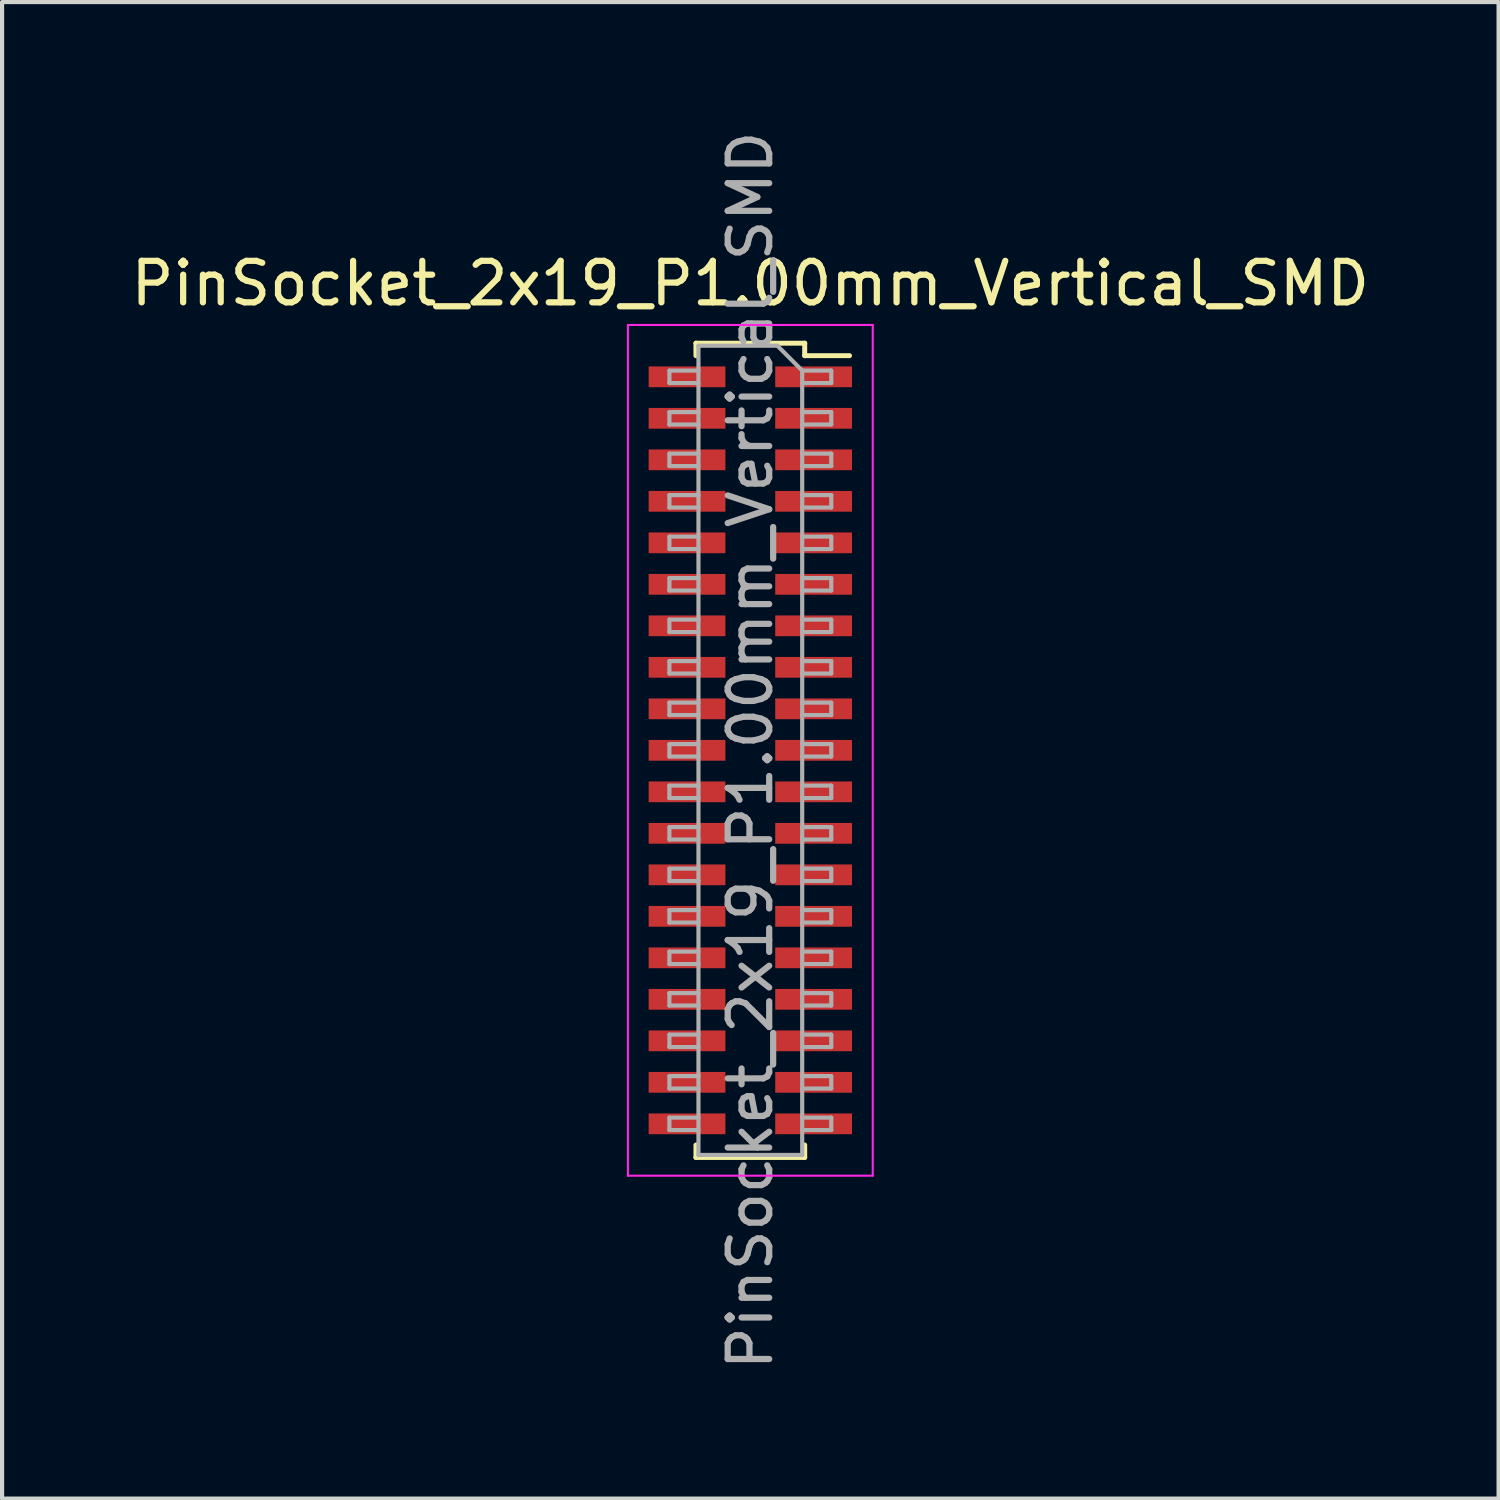
<source format=kicad_pcb>
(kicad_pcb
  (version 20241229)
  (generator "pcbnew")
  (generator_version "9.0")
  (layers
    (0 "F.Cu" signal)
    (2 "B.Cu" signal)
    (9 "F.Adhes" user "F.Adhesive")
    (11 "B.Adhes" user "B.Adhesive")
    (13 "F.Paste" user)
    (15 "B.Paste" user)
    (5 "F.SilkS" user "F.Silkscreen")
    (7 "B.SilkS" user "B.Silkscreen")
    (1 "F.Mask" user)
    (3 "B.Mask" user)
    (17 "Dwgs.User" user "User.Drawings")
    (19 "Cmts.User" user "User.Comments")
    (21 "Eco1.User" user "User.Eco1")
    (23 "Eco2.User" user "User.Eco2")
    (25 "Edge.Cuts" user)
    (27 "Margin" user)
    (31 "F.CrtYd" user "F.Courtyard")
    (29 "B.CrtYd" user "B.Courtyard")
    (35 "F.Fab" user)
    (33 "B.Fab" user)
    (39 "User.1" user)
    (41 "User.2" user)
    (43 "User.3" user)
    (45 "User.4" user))
  (footprint "PinSocket_2x19_P1.00mm_Vertical_SMD"
    (layer "F.Cu")
    (at 15.03 15.03)
    (property "Reference" "PinSocket_2x19_P1.00mm_Vertical_SMD" (at 0 -11.25 0) (layer "F.SilkS") (effects (font (size 1 1) (thickness 0.15))))
    (attr smd)
    (fp_line (start -1.31 -9.81) (end -1.31 -9.51) (stroke (width 0.12) (type solid)) (layer "F.SilkS"))
    (fp_line (start -1.31 -9.81) (end 1.31 -9.81) (stroke (width 0.12) (type solid)) (layer "F.SilkS"))
    (fp_line (start -1.31 9.51) (end -1.31 9.81) (stroke (width 0.12) (type solid)) (layer "F.SilkS"))
    (fp_line (start -1.31 9.81) (end 1.31 9.81) (stroke (width 0.12) (type solid)) (layer "F.SilkS"))
    (fp_line (start 1.31 -9.81) (end 1.31 -9.51) (stroke (width 0.12) (type solid)) (layer "F.SilkS"))
    (fp_line (start 1.31 -9.51) (end 2.39 -9.51) (stroke (width 0.12) (type solid)) (layer "F.SilkS"))
    (fp_line (start 1.31 9.51) (end 1.31 9.81) (stroke (width 0.12) (type solid)) (layer "F.SilkS"))
    (fp_line (start -2.95 -10.25) (end 2.95 -10.25) (stroke (width 0.05) (type solid)) (layer "F.CrtYd"))
    (fp_line (start -2.95 10.25) (end -2.95 -10.25) (stroke (width 0.05) (type solid)) (layer "F.CrtYd"))
    (fp_line (start 2.95 -10.25) (end 2.95 10.25) (stroke (width 0.05) (type solid)) (layer "F.CrtYd"))
    (fp_line (start 2.95 10.25) (end -2.95 10.25) (stroke (width 0.05) (type solid)) (layer "F.CrtYd"))
    (fp_line (start -1.95 -9.15) (end -1.25 -9.15) (stroke (width 0.1) (type solid)) (layer "F.Fab"))
    (fp_line (start -1.95 -8.85) (end -1.95 -9.15) (stroke (width 0.1) (type solid)) (layer "F.Fab"))
    (fp_line (start -1.95 -8.15) (end -1.25 -8.15) (stroke (width 0.1) (type solid)) (layer "F.Fab"))
    (fp_line (start -1.95 -7.85) (end -1.95 -8.15) (stroke (width 0.1) (type solid)) (layer "F.Fab"))
    (fp_line (start -1.95 -7.15) (end -1.25 -7.15) (stroke (width 0.1) (type solid)) (layer "F.Fab"))
    (fp_line (start -1.95 -6.85) (end -1.95 -7.15) (stroke (width 0.1) (type solid)) (layer "F.Fab"))
    (fp_line (start -1.95 -6.15) (end -1.25 -6.15) (stroke (width 0.1) (type solid)) (layer "F.Fab"))
    (fp_line (start -1.95 -5.85) (end -1.95 -6.15) (stroke (width 0.1) (type solid)) (layer "F.Fab"))
    (fp_line (start -1.95 -5.15) (end -1.25 -5.15) (stroke (width 0.1) (type solid)) (layer "F.Fab"))
    (fp_line (start -1.95 -4.85) (end -1.95 -5.15) (stroke (width 0.1) (type solid)) (layer "F.Fab"))
    (fp_line (start -1.95 -4.15) (end -1.25 -4.15) (stroke (width 0.1) (type solid)) (layer "F.Fab"))
    (fp_line (start -1.95 -3.85) (end -1.95 -4.15) (stroke (width 0.1) (type solid)) (layer "F.Fab"))
    (fp_line (start -1.95 -3.15) (end -1.25 -3.15) (stroke (width 0.1) (type solid)) (layer "F.Fab"))
    (fp_line (start -1.95 -2.85) (end -1.95 -3.15) (stroke (width 0.1) (type solid)) (layer "F.Fab"))
    (fp_line (start -1.95 -2.15) (end -1.25 -2.15) (stroke (width 0.1) (type solid)) (layer "F.Fab"))
    (fp_line (start -1.95 -1.85) (end -1.95 -2.15) (stroke (width 0.1) (type solid)) (layer "F.Fab"))
    (fp_line (start -1.95 -1.15) (end -1.25 -1.15) (stroke (width 0.1) (type solid)) (layer "F.Fab"))
    (fp_line (start -1.95 -0.85) (end -1.95 -1.15) (stroke (width 0.1) (type solid)) (layer "F.Fab"))
    (fp_line (start -1.95 -0.15) (end -1.25 -0.15) (stroke (width 0.1) (type solid)) (layer "F.Fab"))
    (fp_line (start -1.95 0.15) (end -1.95 -0.15) (stroke (width 0.1) (type solid)) (layer "F.Fab"))
    (fp_line (start -1.95 0.85) (end -1.25 0.85) (stroke (width 0.1) (type solid)) (layer "F.Fab"))
    (fp_line (start -1.95 1.15) (end -1.95 0.85) (stroke (width 0.1) (type solid)) (layer "F.Fab"))
    (fp_line (start -1.95 1.85) (end -1.25 1.85) (stroke (width 0.1) (type solid)) (layer "F.Fab"))
    (fp_line (start -1.95 2.15) (end -1.95 1.85) (stroke (width 0.1) (type solid)) (layer "F.Fab"))
    (fp_line (start -1.95 2.85) (end -1.25 2.85) (stroke (width 0.1) (type solid)) (layer "F.Fab"))
    (fp_line (start -1.95 3.15) (end -1.95 2.85) (stroke (width 0.1) (type solid)) (layer "F.Fab"))
    (fp_line (start -1.95 3.85) (end -1.25 3.85) (stroke (width 0.1) (type solid)) (layer "F.Fab"))
    (fp_line (start -1.95 4.15) (end -1.95 3.85) (stroke (width 0.1) (type solid)) (layer "F.Fab"))
    (fp_line (start -1.95 4.85) (end -1.25 4.85) (stroke (width 0.1) (type solid)) (layer "F.Fab"))
    (fp_line (start -1.95 5.15) (end -1.95 4.85) (stroke (width 0.1) (type solid)) (layer "F.Fab"))
    (fp_line (start -1.95 5.85) (end -1.25 5.85) (stroke (width 0.1) (type solid)) (layer "F.Fab"))
    (fp_line (start -1.95 6.15) (end -1.95 5.85) (stroke (width 0.1) (type solid)) (layer "F.Fab"))
    (fp_line (start -1.95 6.85) (end -1.25 6.85) (stroke (width 0.1) (type solid)) (layer "F.Fab"))
    (fp_line (start -1.95 7.15) (end -1.95 6.85) (stroke (width 0.1) (type solid)) (layer "F.Fab"))
    (fp_line (start -1.95 7.85) (end -1.25 7.85) (stroke (width 0.1) (type solid)) (layer "F.Fab"))
    (fp_line (start -1.95 8.15) (end -1.95 7.85) (stroke (width 0.1) (type solid)) (layer "F.Fab"))
    (fp_line (start -1.95 8.85) (end -1.25 8.85) (stroke (width 0.1) (type solid)) (layer "F.Fab"))
    (fp_line (start -1.95 9.15) (end -1.95 8.85) (stroke (width 0.1) (type solid)) (layer "F.Fab"))
    (fp_line (start -1.25 -9.75) (end 0.65 -9.75) (stroke (width 0.1) (type solid)) (layer "F.Fab"))
    (fp_line (start -1.25 -8.85) (end -1.95 -8.85) (stroke (width 0.1) (type solid)) (layer "F.Fab"))
    (fp_line (start -1.25 -7.85) (end -1.95 -7.85) (stroke (width 0.1) (type solid)) (layer "F.Fab"))
    (fp_line (start -1.25 -6.85) (end -1.95 -6.85) (stroke (width 0.1) (type solid)) (layer "F.Fab"))
    (fp_line (start -1.25 -5.85) (end -1.95 -5.85) (stroke (width 0.1) (type solid)) (layer "F.Fab"))
    (fp_line (start -1.25 -4.85) (end -1.95 -4.85) (stroke (width 0.1) (type solid)) (layer "F.Fab"))
    (fp_line (start -1.25 -3.85) (end -1.95 -3.85) (stroke (width 0.1) (type solid)) (layer "F.Fab"))
    (fp_line (start -1.25 -2.85) (end -1.95 -2.85) (stroke (width 0.1) (type solid)) (layer "F.Fab"))
    (fp_line (start -1.25 -1.85) (end -1.95 -1.85) (stroke (width 0.1) (type solid)) (layer "F.Fab"))
    (fp_line (start -1.25 -0.85) (end -1.95 -0.85) (stroke (width 0.1) (type solid)) (layer "F.Fab"))
    (fp_line (start -1.25 0.15) (end -1.95 0.15) (stroke (width 0.1) (type solid)) (layer "F.Fab"))
    (fp_line (start -1.25 1.15) (end -1.95 1.15) (stroke (width 0.1) (type solid)) (layer "F.Fab"))
    (fp_line (start -1.25 2.15) (end -1.95 2.15) (stroke (width 0.1) (type solid)) (layer "F.Fab"))
    (fp_line (start -1.25 3.15) (end -1.95 3.15) (stroke (width 0.1) (type solid)) (layer "F.Fab"))
    (fp_line (start -1.25 4.15) (end -1.95 4.15) (stroke (width 0.1) (type solid)) (layer "F.Fab"))
    (fp_line (start -1.25 5.15) (end -1.95 5.15) (stroke (width 0.1) (type solid)) (layer "F.Fab"))
    (fp_line (start -1.25 6.15) (end -1.95 6.15) (stroke (width 0.1) (type solid)) (layer "F.Fab"))
    (fp_line (start -1.25 7.15) (end -1.95 7.15) (stroke (width 0.1) (type solid)) (layer "F.Fab"))
    (fp_line (start -1.25 8.15) (end -1.95 8.15) (stroke (width 0.1) (type solid)) (layer "F.Fab"))
    (fp_line (start -1.25 9.15) (end -1.95 9.15) (stroke (width 0.1) (type solid)) (layer "F.Fab"))
    (fp_line (start -1.25 9.75) (end -1.25 -9.75) (stroke (width 0.1) (type solid)) (layer "F.Fab"))
    (fp_line (start 0.65 -9.75) (end 1.25 -9.15) (stroke (width 0.1) (type solid)) (layer "F.Fab"))
    (fp_line (start 1.25 -9.15) (end 1.25 9.75) (stroke (width 0.1) (type solid)) (layer "F.Fab"))
    (fp_line (start 1.25 -9.15) (end 1.95 -9.15) (stroke (width 0.1) (type solid)) (layer "F.Fab"))
    (fp_line (start 1.25 -8.15) (end 1.95 -8.15) (stroke (width 0.1) (type solid)) (layer "F.Fab"))
    (fp_line (start 1.25 -7.15) (end 1.95 -7.15) (stroke (width 0.1) (type solid)) (layer "F.Fab"))
    (fp_line (start 1.25 -6.15) (end 1.95 -6.15) (stroke (width 0.1) (type solid)) (layer "F.Fab"))
    (fp_line (start 1.25 -5.15) (end 1.95 -5.15) (stroke (width 0.1) (type solid)) (layer "F.Fab"))
    (fp_line (start 1.25 -4.15) (end 1.95 -4.15) (stroke (width 0.1) (type solid)) (layer "F.Fab"))
    (fp_line (start 1.25 -3.15) (end 1.95 -3.15) (stroke (width 0.1) (type solid)) (layer "F.Fab"))
    (fp_line (start 1.25 -2.15) (end 1.95 -2.15) (stroke (width 0.1) (type solid)) (layer "F.Fab"))
    (fp_line (start 1.25 -1.15) (end 1.95 -1.15) (stroke (width 0.1) (type solid)) (layer "F.Fab"))
    (fp_line (start 1.25 -0.15) (end 1.95 -0.15) (stroke (width 0.1) (type solid)) (layer "F.Fab"))
    (fp_line (start 1.25 0.85) (end 1.95 0.85) (stroke (width 0.1) (type solid)) (layer "F.Fab"))
    (fp_line (start 1.25 1.85) (end 1.95 1.85) (stroke (width 0.1) (type solid)) (layer "F.Fab"))
    (fp_line (start 1.25 2.85) (end 1.95 2.85) (stroke (width 0.1) (type solid)) (layer "F.Fab"))
    (fp_line (start 1.25 3.85) (end 1.95 3.85) (stroke (width 0.1) (type solid)) (layer "F.Fab"))
    (fp_line (start 1.25 4.85) (end 1.95 4.85) (stroke (width 0.1) (type solid)) (layer "F.Fab"))
    (fp_line (start 1.25 5.85) (end 1.95 5.85) (stroke (width 0.1) (type solid)) (layer "F.Fab"))
    (fp_line (start 1.25 6.85) (end 1.95 6.85) (stroke (width 0.1) (type solid)) (layer "F.Fab"))
    (fp_line (start 1.25 7.85) (end 1.95 7.85) (stroke (width 0.1) (type solid)) (layer "F.Fab"))
    (fp_line (start 1.25 8.85) (end 1.95 8.85) (stroke (width 0.1) (type solid)) (layer "F.Fab"))
    (fp_line (start 1.25 9.75) (end -1.25 9.75) (stroke (width 0.1) (type solid)) (layer "F.Fab"))
    (fp_line (start 1.95 -9.15) (end 1.95 -8.85) (stroke (width 0.1) (type solid)) (layer "F.Fab"))
    (fp_line (start 1.95 -8.85) (end 1.25 -8.85) (stroke (width 0.1) (type solid)) (layer "F.Fab"))
    (fp_line (start 1.95 -8.15) (end 1.95 -7.85) (stroke (width 0.1) (type solid)) (layer "F.Fab"))
    (fp_line (start 1.95 -7.85) (end 1.25 -7.85) (stroke (width 0.1) (type solid)) (layer "F.Fab"))
    (fp_line (start 1.95 -7.15) (end 1.95 -6.85) (stroke (width 0.1) (type solid)) (layer "F.Fab"))
    (fp_line (start 1.95 -6.85) (end 1.25 -6.85) (stroke (width 0.1) (type solid)) (layer "F.Fab"))
    (fp_line (start 1.95 -6.15) (end 1.95 -5.85) (stroke (width 0.1) (type solid)) (layer "F.Fab"))
    (fp_line (start 1.95 -5.85) (end 1.25 -5.85) (stroke (width 0.1) (type solid)) (layer "F.Fab"))
    (fp_line (start 1.95 -5.15) (end 1.95 -4.85) (stroke (width 0.1) (type solid)) (layer "F.Fab"))
    (fp_line (start 1.95 -4.85) (end 1.25 -4.85) (stroke (width 0.1) (type solid)) (layer "F.Fab"))
    (fp_line (start 1.95 -4.15) (end 1.95 -3.85) (stroke (width 0.1) (type solid)) (layer "F.Fab"))
    (fp_line (start 1.95 -3.85) (end 1.25 -3.85) (stroke (width 0.1) (type solid)) (layer "F.Fab"))
    (fp_line (start 1.95 -3.15) (end 1.95 -2.85) (stroke (width 0.1) (type solid)) (layer "F.Fab"))
    (fp_line (start 1.95 -2.85) (end 1.25 -2.85) (stroke (width 0.1) (type solid)) (layer "F.Fab"))
    (fp_line (start 1.95 -2.15) (end 1.95 -1.85) (stroke (width 0.1) (type solid)) (layer "F.Fab"))
    (fp_line (start 1.95 -1.85) (end 1.25 -1.85) (stroke (width 0.1) (type solid)) (layer "F.Fab"))
    (fp_line (start 1.95 -1.15) (end 1.95 -0.85) (stroke (width 0.1) (type solid)) (layer "F.Fab"))
    (fp_line (start 1.95 -0.85) (end 1.25 -0.85) (stroke (width 0.1) (type solid)) (layer "F.Fab"))
    (fp_line (start 1.95 -0.15) (end 1.95 0.15) (stroke (width 0.1) (type solid)) (layer "F.Fab"))
    (fp_line (start 1.95 0.15) (end 1.25 0.15) (stroke (width 0.1) (type solid)) (layer "F.Fab"))
    (fp_line (start 1.95 0.85) (end 1.95 1.15) (stroke (width 0.1) (type solid)) (layer "F.Fab"))
    (fp_line (start 1.95 1.15) (end 1.25 1.15) (stroke (width 0.1) (type solid)) (layer "F.Fab"))
    (fp_line (start 1.95 1.85) (end 1.95 2.15) (stroke (width 0.1) (type solid)) (layer "F.Fab"))
    (fp_line (start 1.95 2.15) (end 1.25 2.15) (stroke (width 0.1) (type solid)) (layer "F.Fab"))
    (fp_line (start 1.95 2.85) (end 1.95 3.15) (stroke (width 0.1) (type solid)) (layer "F.Fab"))
    (fp_line (start 1.95 3.15) (end 1.25 3.15) (stroke (width 0.1) (type solid)) (layer "F.Fab"))
    (fp_line (start 1.95 3.85) (end 1.95 4.15) (stroke (width 0.1) (type solid)) (layer "F.Fab"))
    (fp_line (start 1.95 4.15) (end 1.25 4.15) (stroke (width 0.1) (type solid)) (layer "F.Fab"))
    (fp_line (start 1.95 4.85) (end 1.95 5.15) (stroke (width 0.1) (type solid)) (layer "F.Fab"))
    (fp_line (start 1.95 5.15) (end 1.25 5.15) (stroke (width 0.1) (type solid)) (layer "F.Fab"))
    (fp_line (start 1.95 5.85) (end 1.95 6.15) (stroke (width 0.1) (type solid)) (layer "F.Fab"))
    (fp_line (start 1.95 6.15) (end 1.25 6.15) (stroke (width 0.1) (type solid)) (layer "F.Fab"))
    (fp_line (start 1.95 6.85) (end 1.95 7.15) (stroke (width 0.1) (type solid)) (layer "F.Fab"))
    (fp_line (start 1.95 7.15) (end 1.25 7.15) (stroke (width 0.1) (type solid)) (layer "F.Fab"))
    (fp_line (start 1.95 7.85) (end 1.95 8.15) (stroke (width 0.1) (type solid)) (layer "F.Fab"))
    (fp_line (start 1.95 8.15) (end 1.25 8.15) (stroke (width 0.1) (type solid)) (layer "F.Fab"))
    (fp_line (start 1.95 8.85) (end 1.95 9.15) (stroke (width 0.1) (type solid)) (layer "F.Fab"))
    (fp_line (start 1.95 9.15) (end 1.25 9.15) (stroke (width 0.1) (type solid)) (layer "F.Fab"))
    (fp_text user "${REFERENCE}" (at 0 0 90) (layer "F.Fab") (effects (font (size 1 1) (thickness 0.15))))
    (pad "1" smd rect (at 1.525 -9) (size 1.85 0.5) (layers "F.Cu" "F.Mask" "F.Paste"))
    (pad "2" smd rect (at -1.525 -9) (size 1.85 0.5) (layers "F.Cu" "F.Mask" "F.Paste"))
    (pad "3" smd rect (at 1.525 -8) (size 1.85 0.5) (layers "F.Cu" "F.Mask" "F.Paste"))
    (pad "4" smd rect (at -1.525 -8) (size 1.85 0.5) (layers "F.Cu" "F.Mask" "F.Paste"))
    (pad "5" smd rect (at 1.525 -7) (size 1.85 0.5) (layers "F.Cu" "F.Mask" "F.Paste"))
    (pad "6" smd rect (at -1.525 -7) (size 1.85 0.5) (layers "F.Cu" "F.Mask" "F.Paste"))
    (pad "7" smd rect (at 1.525 -6) (size 1.85 0.5) (layers "F.Cu" "F.Mask" "F.Paste"))
    (pad "8" smd rect (at -1.525 -6) (size 1.85 0.5) (layers "F.Cu" "F.Mask" "F.Paste"))
    (pad "9" smd rect (at 1.525 -5) (size 1.85 0.5) (layers "F.Cu" "F.Mask" "F.Paste"))
    (pad "10" smd rect (at -1.525 -5) (size 1.85 0.5) (layers "F.Cu" "F.Mask" "F.Paste"))
    (pad "11" smd rect (at 1.525 -4) (size 1.85 0.5) (layers "F.Cu" "F.Mask" "F.Paste"))
    (pad "12" smd rect (at -1.525 -4) (size 1.85 0.5) (layers "F.Cu" "F.Mask" "F.Paste"))
    (pad "13" smd rect (at 1.525 -3) (size 1.85 0.5) (layers "F.Cu" "F.Mask" "F.Paste"))
    (pad "14" smd rect (at -1.525 -3) (size 1.85 0.5) (layers "F.Cu" "F.Mask" "F.Paste"))
    (pad "15" smd rect (at 1.525 -2) (size 1.85 0.5) (layers "F.Cu" "F.Mask" "F.Paste"))
    (pad "16" smd rect (at -1.525 -2) (size 1.85 0.5) (layers "F.Cu" "F.Mask" "F.Paste"))
    (pad "17" smd rect (at 1.525 -1) (size 1.85 0.5) (layers "F.Cu" "F.Mask" "F.Paste"))
    (pad "18" smd rect (at -1.525 -1) (size 1.85 0.5) (layers "F.Cu" "F.Mask" "F.Paste"))
    (pad "19" smd rect (at 1.525 0) (size 1.85 0.5) (layers "F.Cu" "F.Mask" "F.Paste"))
    (pad "20" smd rect (at -1.525 0) (size 1.85 0.5) (layers "F.Cu" "F.Mask" "F.Paste"))
    (pad "21" smd rect (at 1.525 1) (size 1.85 0.5) (layers "F.Cu" "F.Mask" "F.Paste"))
    (pad "22" smd rect (at -1.525 1) (size 1.85 0.5) (layers "F.Cu" "F.Mask" "F.Paste"))
    (pad "23" smd rect (at 1.525 2) (size 1.85 0.5) (layers "F.Cu" "F.Mask" "F.Paste"))
    (pad "24" smd rect (at -1.525 2) (size 1.85 0.5) (layers "F.Cu" "F.Mask" "F.Paste"))
    (pad "25" smd rect (at 1.525 3) (size 1.85 0.5) (layers "F.Cu" "F.Mask" "F.Paste"))
    (pad "26" smd rect (at -1.525 3) (size 1.85 0.5) (layers "F.Cu" "F.Mask" "F.Paste"))
    (pad "27" smd rect (at 1.525 4) (size 1.85 0.5) (layers "F.Cu" "F.Mask" "F.Paste"))
    (pad "28" smd rect (at -1.525 4) (size 1.85 0.5) (layers "F.Cu" "F.Mask" "F.Paste"))
    (pad "29" smd rect (at 1.525 5) (size 1.85 0.5) (layers "F.Cu" "F.Mask" "F.Paste"))
    (pad "30" smd rect (at -1.525 5) (size 1.85 0.5) (layers "F.Cu" "F.Mask" "F.Paste"))
    (pad "31" smd rect (at 1.525 6) (size 1.85 0.5) (layers "F.Cu" "F.Mask" "F.Paste"))
    (pad "32" smd rect (at -1.525 6) (size 1.85 0.5) (layers "F.Cu" "F.Mask" "F.Paste"))
    (pad "33" smd rect (at 1.525 7) (size 1.85 0.5) (layers "F.Cu" "F.Mask" "F.Paste"))
    (pad "34" smd rect (at -1.525 7) (size 1.85 0.5) (layers "F.Cu" "F.Mask" "F.Paste"))
    (pad "35" smd rect (at 1.525 8) (size 1.85 0.5) (layers "F.Cu" "F.Mask" "F.Paste"))
    (pad "36" smd rect (at -1.525 8) (size 1.85 0.5) (layers "F.Cu" "F.Mask" "F.Paste"))
    (pad "37" smd rect (at 1.525 9) (size 1.85 0.5) (layers "F.Cu" "F.Mask" "F.Paste"))
    (pad "38" smd rect (at -1.525 9) (size 1.85 0.5) (layers "F.Cu" "F.Mask" "F.Paste")))
  (gr_rect
    (start -3 -3)
    (end 33.06 33.06)
    (stroke (width 0.1) (type default))
    (fill no)
    (layer "Edge.Cuts")))
</source>
